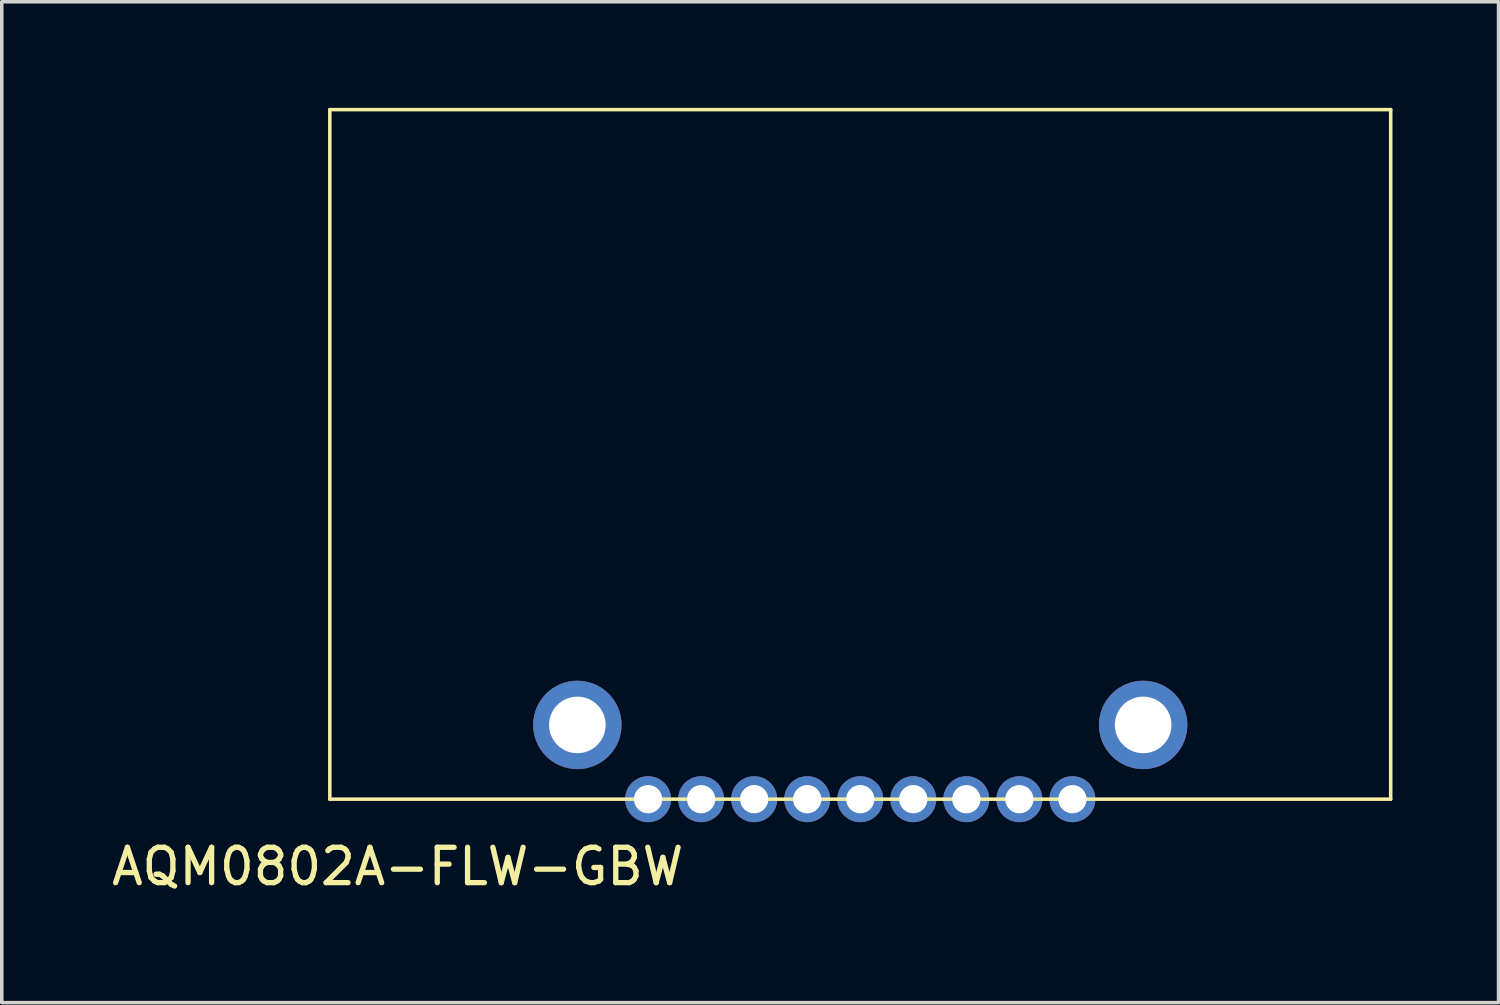
<source format=kicad_pcb>
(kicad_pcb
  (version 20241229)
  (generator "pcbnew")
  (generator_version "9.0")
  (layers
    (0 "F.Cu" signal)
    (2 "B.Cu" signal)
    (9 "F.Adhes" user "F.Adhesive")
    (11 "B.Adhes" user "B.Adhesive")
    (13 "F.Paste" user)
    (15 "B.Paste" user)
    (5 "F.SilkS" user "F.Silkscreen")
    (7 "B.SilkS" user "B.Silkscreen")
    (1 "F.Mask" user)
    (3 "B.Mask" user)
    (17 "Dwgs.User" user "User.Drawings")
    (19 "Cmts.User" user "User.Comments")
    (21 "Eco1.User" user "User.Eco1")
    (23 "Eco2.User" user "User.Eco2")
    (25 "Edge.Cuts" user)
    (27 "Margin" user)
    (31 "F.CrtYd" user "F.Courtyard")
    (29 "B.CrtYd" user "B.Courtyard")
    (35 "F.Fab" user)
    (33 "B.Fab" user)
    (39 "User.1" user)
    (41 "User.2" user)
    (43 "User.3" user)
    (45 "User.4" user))
  (footprint "AQM0802A-FLW-GBW"
    (layer "F.Cu")
    (at 21.277 19.55)
    (property "Reference" "AQM0802A-FLW-GBW" (at -13.081 1.905 0) (layer "F.SilkS") (effects (font (size 1 1) (thickness 0.15))))
    (attr through_hole)
    (fp_line (start -15 -19.5) (end -15 0) (stroke (width 0.1) (type solid)) (layer "F.SilkS"))
    (fp_line (start -15 0) (end 15 0) (stroke (width 0.1) (type solid)) (layer "F.SilkS"))
    (fp_line (start 15 -19.5) (end -15 -19.5) (stroke (width 0.1) (type solid)) (layer "F.SilkS"))
    (fp_line (start 15 0) (end 15 -19.5) (stroke (width 0.1) (type solid)) (layer "F.SilkS"))
    (pad "1" thru_hole circle (at -6 0) (size 1.3 1.3) (drill 0.8) (layers "*.Cu" "*.Mask"))
    (pad "2" thru_hole circle (at -4.5 0) (size 1.3 1.3) (drill 0.8) (layers "*.Cu" "*.Mask"))
    (pad "3" thru_hole circle (at -3 0) (size 1.3 1.3) (drill 0.8) (layers "*.Cu" "*.Mask"))
    (pad "4" thru_hole circle (at -1.5 0) (size 1.3 1.3) (drill 0.8) (layers "*.Cu" "*.Mask"))
    (pad "5" thru_hole circle (at 0 0) (size 1.3 1.3) (drill 0.8) (layers "*.Cu" "*.Mask"))
    (pad "6" thru_hole circle (at 1.5 0) (size 1.3 1.3) (drill 0.8) (layers "*.Cu" "*.Mask"))
    (pad "7" thru_hole circle (at 3 0) (size 1.3 1.3) (drill 0.8) (layers "*.Cu" "*.Mask"))
    (pad "8" thru_hole circle (at 4.5 0) (size 1.3 1.3) (drill 0.8) (layers "*.Cu" "*.Mask"))
    (pad "9" thru_hole circle (at 6 0) (size 1.3 1.3) (drill 0.8) (layers "*.Cu" "*.Mask"))
    (pad "10" thru_hole circle (at -8 -2.1) (size 2.5 2.5) (drill 1.6) (layers "*.Cu" "*.Mask"))
    (pad "11" thru_hole circle (at 8 -2.1) (size 2.5 2.5) (drill 1.6) (layers "*.Cu" "*.Mask")))
  (gr_rect
    (start -3 -3)
    (end 39.327 25.303)
    (stroke (width 0.1) (type default))
    (fill no)
    (layer "Edge.Cuts")))
</source>
